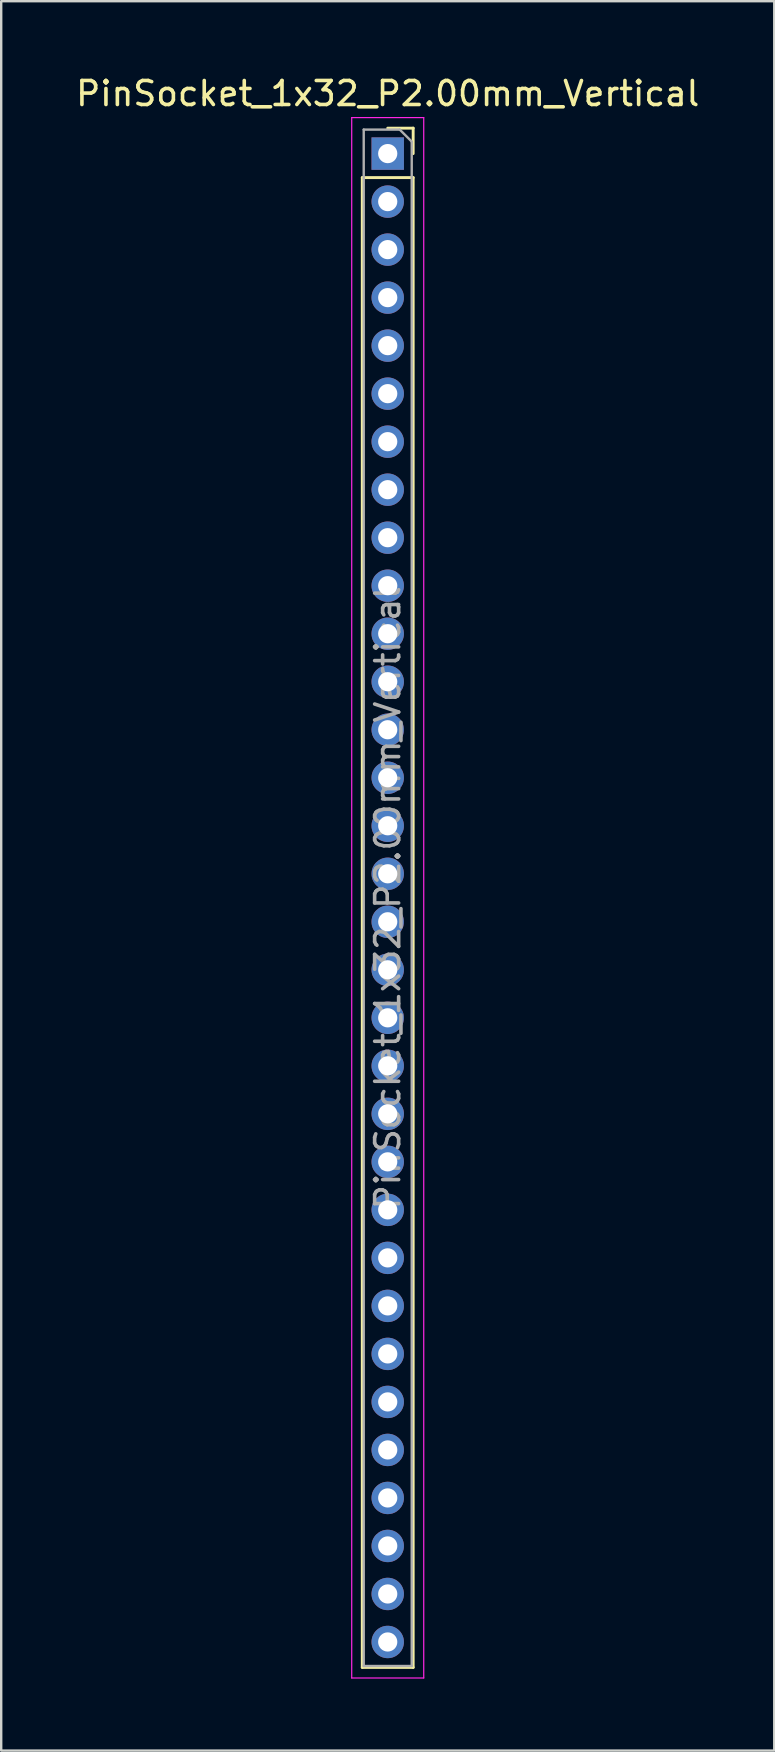
<source format=kicad_pcb>
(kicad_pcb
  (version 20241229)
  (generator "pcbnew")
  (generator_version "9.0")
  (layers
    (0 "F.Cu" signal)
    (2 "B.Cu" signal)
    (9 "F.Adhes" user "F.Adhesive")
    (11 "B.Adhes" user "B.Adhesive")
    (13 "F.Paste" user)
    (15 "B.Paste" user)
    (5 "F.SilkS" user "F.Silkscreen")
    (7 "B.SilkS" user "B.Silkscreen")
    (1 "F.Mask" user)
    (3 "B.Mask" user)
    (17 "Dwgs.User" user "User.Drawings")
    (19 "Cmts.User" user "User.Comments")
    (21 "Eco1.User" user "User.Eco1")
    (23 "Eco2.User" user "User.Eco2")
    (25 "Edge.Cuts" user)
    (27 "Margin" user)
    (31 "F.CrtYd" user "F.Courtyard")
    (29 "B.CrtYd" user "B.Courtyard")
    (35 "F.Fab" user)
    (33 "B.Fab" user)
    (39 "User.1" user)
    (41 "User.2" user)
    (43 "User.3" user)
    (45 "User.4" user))
  (footprint "PinSocket_1x32_P2.00mm_Vertical"
    (layer "F.Cu")
    (at 13.101 3.348)
    (property "Reference" "PinSocket_1x32_P2.00mm_Vertical" (at 0 -2.5 0) (layer "F.SilkS") (effects (font (size 1 1) (thickness 0.15))))
    (attr through_hole)
    (fp_line (start -1.06 1) (end -1.06 63.06) (stroke (width 0.12) (type solid)) (layer "F.SilkS"))
    (fp_line (start -1.06 1) (end 1.06 1) (stroke (width 0.12) (type solid)) (layer "F.SilkS"))
    (fp_line (start -1.06 63.06) (end 1.06 63.06) (stroke (width 0.12) (type solid)) (layer "F.SilkS"))
    (fp_line (start 0 -1.06) (end 1.06 -1.06) (stroke (width 0.12) (type solid)) (layer "F.SilkS"))
    (fp_line (start 1.06 -1.06) (end 1.06 0) (stroke (width 0.12) (type solid)) (layer "F.SilkS"))
    (fp_line (start 1.06 1) (end 1.06 63.06) (stroke (width 0.12) (type solid)) (layer "F.SilkS"))
    (fp_line (start -1.5 -1.5) (end 1.5 -1.5) (stroke (width 0.05) (type solid)) (layer "F.CrtYd"))
    (fp_line (start -1.5 63.5) (end -1.5 -1.5) (stroke (width 0.05) (type solid)) (layer "F.CrtYd"))
    (fp_line (start 1.5 -1.5) (end 1.5 63.5) (stroke (width 0.05) (type solid)) (layer "F.CrtYd"))
    (fp_line (start 1.5 63.5) (end -1.5 63.5) (stroke (width 0.05) (type solid)) (layer "F.CrtYd"))
    (fp_line (start -1 -1) (end 0.5 -1) (stroke (width 0.1) (type solid)) (layer "F.Fab"))
    (fp_line (start -1 63) (end -1 -1) (stroke (width 0.1) (type solid)) (layer "F.Fab"))
    (fp_line (start 0.5 -1) (end 1 -0.5) (stroke (width 0.1) (type solid)) (layer "F.Fab"))
    (fp_line (start 1 -0.5) (end 1 63) (stroke (width 0.1) (type solid)) (layer "F.Fab"))
    (fp_line (start 1 63) (end -1 63) (stroke (width 0.1) (type solid)) (layer "F.Fab"))
    (fp_text user "${REFERENCE}" (at 0 31 90) (layer "F.Fab") (effects (font (size 1 1) (thickness 0.15))))
    (pad "1" thru_hole rect (at 0 0) (size 1.35 1.35) (drill 0.8) (layers "*.Cu" "*.Mask"))
    (pad "2" thru_hole oval (at 0 2) (size 1.35 1.35) (drill 0.8) (layers "*.Cu" "*.Mask"))
    (pad "3" thru_hole oval (at 0 4) (size 1.35 1.35) (drill 0.8) (layers "*.Cu" "*.Mask"))
    (pad "4" thru_hole oval (at 0 6) (size 1.35 1.35) (drill 0.8) (layers "*.Cu" "*.Mask"))
    (pad "5" thru_hole oval (at 0 8) (size 1.35 1.35) (drill 0.8) (layers "*.Cu" "*.Mask"))
    (pad "6" thru_hole oval (at 0 10) (size 1.35 1.35) (drill 0.8) (layers "*.Cu" "*.Mask"))
    (pad "7" thru_hole oval (at 0 12) (size 1.35 1.35) (drill 0.8) (layers "*.Cu" "*.Mask"))
    (pad "8" thru_hole oval (at 0 14) (size 1.35 1.35) (drill 0.8) (layers "*.Cu" "*.Mask"))
    (pad "9" thru_hole oval (at 0 16) (size 1.35 1.35) (drill 0.8) (layers "*.Cu" "*.Mask"))
    (pad "10" thru_hole oval (at 0 18) (size 1.35 1.35) (drill 0.8) (layers "*.Cu" "*.Mask"))
    (pad "11" thru_hole oval (at 0 20) (size 1.35 1.35) (drill 0.8) (layers "*.Cu" "*.Mask"))
    (pad "12" thru_hole oval (at 0 22) (size 1.35 1.35) (drill 0.8) (layers "*.Cu" "*.Mask"))
    (pad "13" thru_hole oval (at 0 24) (size 1.35 1.35) (drill 0.8) (layers "*.Cu" "*.Mask"))
    (pad "14" thru_hole oval (at 0 26) (size 1.35 1.35) (drill 0.8) (layers "*.Cu" "*.Mask"))
    (pad "15" thru_hole oval (at 0 28) (size 1.35 1.35) (drill 0.8) (layers "*.Cu" "*.Mask"))
    (pad "16" thru_hole oval (at 0 30) (size 1.35 1.35) (drill 0.8) (layers "*.Cu" "*.Mask"))
    (pad "17" thru_hole oval (at 0 32) (size 1.35 1.35) (drill 0.8) (layers "*.Cu" "*.Mask"))
    (pad "18" thru_hole oval (at 0 34) (size 1.35 1.35) (drill 0.8) (layers "*.Cu" "*.Mask"))
    (pad "19" thru_hole oval (at 0 36) (size 1.35 1.35) (drill 0.8) (layers "*.Cu" "*.Mask"))
    (pad "20" thru_hole oval (at 0 38) (size 1.35 1.35) (drill 0.8) (layers "*.Cu" "*.Mask"))
    (pad "21" thru_hole oval (at 0 40) (size 1.35 1.35) (drill 0.8) (layers "*.Cu" "*.Mask"))
    (pad "22" thru_hole oval (at 0 42) (size 1.35 1.35) (drill 0.8) (layers "*.Cu" "*.Mask"))
    (pad "23" thru_hole oval (at 0 44) (size 1.35 1.35) (drill 0.8) (layers "*.Cu" "*.Mask"))
    (pad "24" thru_hole oval (at 0 46) (size 1.35 1.35) (drill 0.8) (layers "*.Cu" "*.Mask"))
    (pad "25" thru_hole oval (at 0 48) (size 1.35 1.35) (drill 0.8) (layers "*.Cu" "*.Mask"))
    (pad "26" thru_hole oval (at 0 50) (size 1.35 1.35) (drill 0.8) (layers "*.Cu" "*.Mask"))
    (pad "27" thru_hole oval (at 0 52) (size 1.35 1.35) (drill 0.8) (layers "*.Cu" "*.Mask"))
    (pad "28" thru_hole oval (at 0 54) (size 1.35 1.35) (drill 0.8) (layers "*.Cu" "*.Mask"))
    (pad "29" thru_hole oval (at 0 56) (size 1.35 1.35) (drill 0.8) (layers "*.Cu" "*.Mask"))
    (pad "30" thru_hole oval (at 0 58) (size 1.35 1.35) (drill 0.8) (layers "*.Cu" "*.Mask"))
    (pad "31" thru_hole oval (at 0 60) (size 1.35 1.35) (drill 0.8) (layers "*.Cu" "*.Mask"))
    (pad "32" thru_hole oval (at 0 62) (size 1.35 1.35) (drill 0.8) (layers "*.Cu" "*.Mask")))
  (gr_rect
    (start -3 -3)
    (end 29.202 69.873)
    (stroke (width 0.1) (type default))
    (fill no)
    (layer "Edge.Cuts")))
</source>
